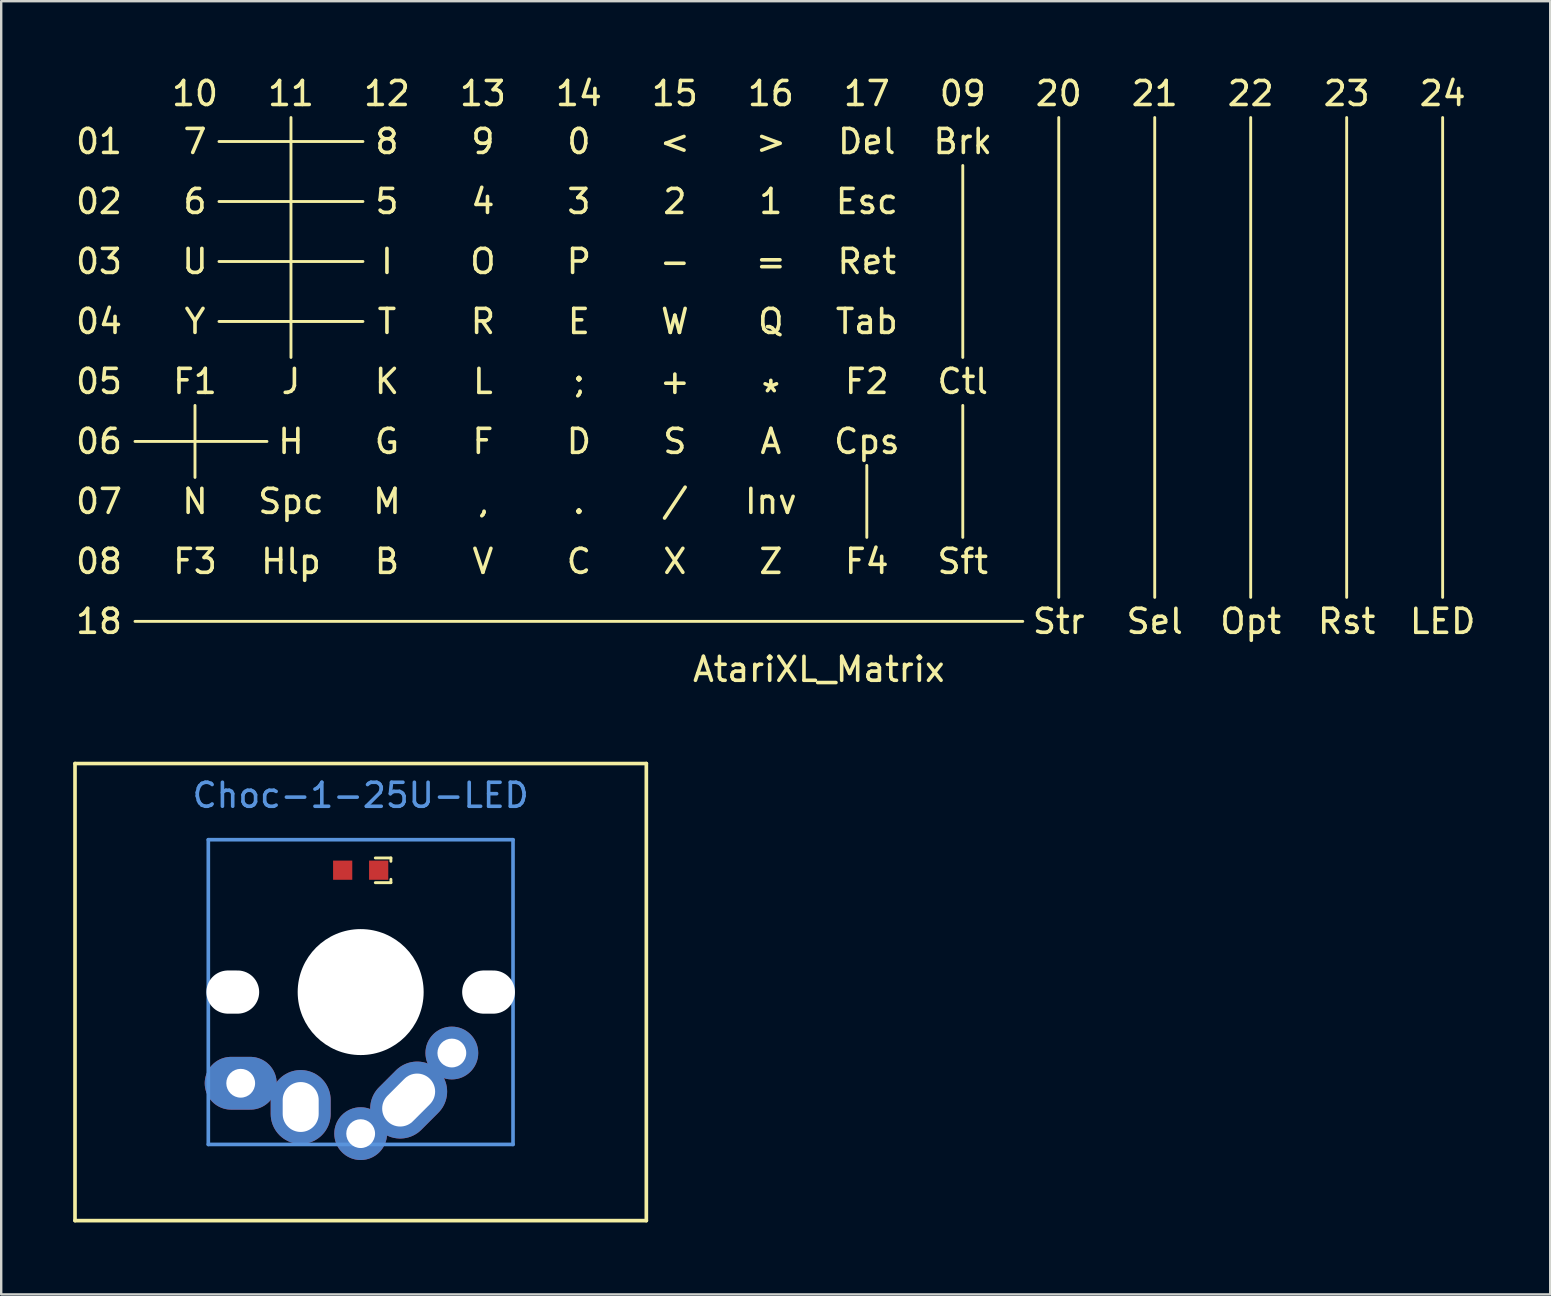
<source format=kicad_pcb>
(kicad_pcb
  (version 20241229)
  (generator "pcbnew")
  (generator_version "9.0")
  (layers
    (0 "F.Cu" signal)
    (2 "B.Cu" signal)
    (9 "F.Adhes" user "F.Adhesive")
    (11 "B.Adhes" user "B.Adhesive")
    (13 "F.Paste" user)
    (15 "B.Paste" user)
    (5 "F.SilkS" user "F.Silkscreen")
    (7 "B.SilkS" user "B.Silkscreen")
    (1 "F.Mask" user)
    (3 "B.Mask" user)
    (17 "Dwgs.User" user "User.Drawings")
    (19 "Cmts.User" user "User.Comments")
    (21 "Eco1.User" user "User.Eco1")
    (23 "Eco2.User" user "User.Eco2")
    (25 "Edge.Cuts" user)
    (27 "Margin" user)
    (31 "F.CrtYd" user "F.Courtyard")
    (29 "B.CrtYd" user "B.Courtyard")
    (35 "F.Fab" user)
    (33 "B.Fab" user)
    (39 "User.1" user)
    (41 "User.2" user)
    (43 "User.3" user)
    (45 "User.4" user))
  (footprint "AtariXL_Matrix"
    (layer "F.Cu")
    (at 31.077 11.348)
    (property "Reference" "AtariXL_Matrix" (at 0 13.5 0) (layer "F.SilkS") (effects (font (size 1 1) (thickness 0.15))))
    (attr through_hole)
    (fp_line (start -28.5 4) (end -23 4) (stroke (width 0.12) (type solid)) (layer "F.SilkS"))
    (fp_line (start -28.5 11.5) (end 8.5 11.5) (stroke (width 0.12) (type solid)) (layer "F.SilkS"))
    (fp_line (start -26 2.5) (end -26 5.5) (stroke (width 0.12) (type solid)) (layer "F.SilkS"))
    (fp_line (start -25 -8.5) (end -19 -8.5) (stroke (width 0.12) (type solid)) (layer "F.SilkS"))
    (fp_line (start -25 -6) (end -19 -6) (stroke (width 0.12) (type solid)) (layer "F.SilkS"))
    (fp_line (start -25 -3.5) (end -19 -3.5) (stroke (width 0.12) (type solid)) (layer "F.SilkS"))
    (fp_line (start -25 -1) (end -19 -1) (stroke (width 0.12) (type solid)) (layer "F.SilkS"))
    (fp_line (start -22 -9.5) (end -22 0.5) (stroke (width 0.12) (type solid)) (layer "F.SilkS"))
    (fp_line (start 2 5) (end 2 8) (stroke (width 0.12) (type solid)) (layer "F.SilkS"))
    (fp_line (start 6 -7.5) (end 6 0.5) (stroke (width 0.12) (type solid)) (layer "F.SilkS"))
    (fp_line (start 6 2.5) (end 6 8) (stroke (width 0.12) (type solid)) (layer "F.SilkS"))
    (fp_line (start 10 -9.5) (end 10 10.5) (stroke (width 0.12) (type solid)) (layer "F.SilkS"))
    (fp_line (start 14 -9.5) (end 14 10.5) (stroke (width 0.12) (type solid)) (layer "F.SilkS"))
    (fp_line (start 18 -9.5) (end 18 10.5) (stroke (width 0.12) (type solid)) (layer "F.SilkS"))
    (fp_line (start 22 -9.5) (end 22 10.5) (stroke (width 0.12) (type solid)) (layer "F.SilkS"))
    (fp_line (start 26 -9.5) (end 26 10.5) (stroke (width 0.12) (type solid)) (layer "F.SilkS"))
    (fp_text user "W" (at -6 -1 0) (layer "F.SilkS") (effects (font (size 1 1) (thickness 0.15))))
    (fp_text user "Z" (at -2 9 0) (layer "F.SilkS") (effects (font (size 1 1) (thickness 0.15))))
    (fp_text user "Ctl" (at 6 1.5 0) (layer "F.SilkS") (effects (font (size 1 1) (thickness 0.15))))
    (fp_text user "09" (at 6 -10.5 0) (layer "F.SilkS") (effects (font (size 1 1) (thickness 0.15))))
    (fp_text user "H" (at -22 4 0) (layer "F.SilkS") (effects (font (size 1 1) (thickness 0.15))))
    (fp_text user "+" (at -6 1.5 0) (layer "F.SilkS") (effects (font (size 1 1) (thickness 0.15))))
    (fp_text user "V" (at -14 9 0) (layer "F.SilkS") (effects (font (size 1 1) (thickness 0.15))))
    (fp_text user "Cps" (at 2 4 0) (layer "F.SilkS") (effects (font (size 1 1) (thickness 0.15))))
    (fp_text user ";" (at -10 1.5 0) (layer "F.SilkS") (effects (font (size 1 1) (thickness 0.15))))
    (fp_text user "X" (at -6 9 0) (layer "F.SilkS") (effects (font (size 1 1) (thickness 0.15))))
    (fp_text user "Tab" (at 2 -1 0) (layer "F.SilkS") (effects (font (size 1 1) (thickness 0.15))))
    (fp_text user "11" (at -22 -10.5 0) (layer "F.SilkS") (effects (font (size 1 1) (thickness 0.15))))
    (fp_text user "9" (at -14 -8.5 0) (layer "F.SilkS") (effects (font (size 1 1) (thickness 0.15))))
    (fp_text user "02" (at -30 -6 0) (layer "F.SilkS") (effects (font (size 1 1) (thickness 0.15))))
    (fp_text user "Opt" (at 18 11.5 0) (layer "F.SilkS") (effects (font (size 1 1) (thickness 0.15))))
    (fp_text user "M" (at -18 6.5 0) (layer "F.SilkS") (effects (font (size 1 1) (thickness 0.15))))
    (fp_text user "5" (at -18 -6 0) (layer "F.SilkS") (effects (font (size 1 1) (thickness 0.15))))
    (fp_text user "20" (at 10 -10.5 0) (layer "F.SilkS") (effects (font (size 1 1) (thickness 0.15))))
    (fp_text user "N" (at -26 6.5 0) (layer "F.SilkS") (effects (font (size 1 1) (thickness 0.15))))
    (fp_text user "16" (at -2 -10.5 0) (layer "F.SilkS") (effects (font (size 1 1) (thickness 0.15))))
    (fp_text user "23" (at 22 -10.5 0) (layer "F.SilkS") (effects (font (size 1 1) (thickness 0.15))))
    (fp_text user "21" (at 14 -10.5 0) (layer "F.SilkS") (effects (font (size 1 1) (thickness 0.15))))
    (fp_text user "K" (at -18 1.5 0) (layer "F.SilkS") (effects (font (size 1 1) (thickness 0.15))))
    (fp_text user "P" (at -10 -3.5 0) (layer "F.SilkS") (effects (font (size 1 1) (thickness 0.15))))
    (fp_text user "-" (at -6 -3.5 0) (layer "F.SilkS") (effects (font (size 1 1) (thickness 0.15))))
    (fp_text user "B" (at -18 9 0) (layer "F.SilkS") (effects (font (size 1 1) (thickness 0.15))))
    (fp_text user "24" (at 26 -10.5 0) (layer "F.SilkS") (effects (font (size 1 1) (thickness 0.15))))
    (fp_text user "Sel" (at 14 11.5 0) (layer "F.SilkS") (effects (font (size 1 1) (thickness 0.15))))
    (fp_text user "Sft" (at 6 9 0) (layer "F.SilkS") (effects (font (size 1 1) (thickness 0.15))))
    (fp_text user "Esc" (at 2 -6 0) (layer "F.SilkS") (effects (font (size 1 1) (thickness 0.15))))
    (fp_text user "2" (at -6 -6 0) (layer "F.SilkS") (effects (font (size 1 1) (thickness 0.15))))
    (fp_text user "Spc" (at -22 6.5 0) (layer "F.SilkS") (effects (font (size 1 1) (thickness 0.15))))
    (fp_text user "Inv" (at -2 6.5 0) (layer "F.SilkS") (effects (font (size 1 1) (thickness 0.15))))
    (fp_text user "13" (at -14 -10.5 0) (layer "F.SilkS") (effects (font (size 1 1) (thickness 0.15))))
    (fp_text user "F4" (at 2 9 0) (layer "F.SilkS") (effects (font (size 1 1) (thickness 0.15))))
    (fp_text user "C" (at -10 9 0) (layer "F.SilkS") (effects (font (size 1 1) (thickness 0.15))))
    (fp_text user "," (at -14 6.5 0) (layer "F.SilkS") (effects (font (size 1 1) (thickness 0.15))))
    (fp_text user "LED" (at 26 11.5 0) (layer "F.SilkS") (effects (font (size 1 1) (thickness 0.15))))
    (fp_text user "F" (at -14 4 0) (layer "F.SilkS") (effects (font (size 1 1) (thickness 0.15))))
    (fp_text user "D" (at -10 4 0) (layer "F.SilkS") (effects (font (size 1 1) (thickness 0.15))))
    (fp_text user "Brk" (at 6 -8.5 0) (layer "F.SilkS") (effects (font (size 1 1) (thickness 0.15))))
    (fp_text user "1" (at -2 -6 0) (layer "F.SilkS") (effects (font (size 1 1) (thickness 0.15))))
    (fp_text user "F2" (at 2 1.5 0) (layer "F.SilkS") (effects (font (size 1 1) (thickness 0.15))))
    (fp_text user "10" (at -26 -10.5 0) (layer "F.SilkS") (effects (font (size 1 1) (thickness 0.15))))
    (fp_text user "R" (at -14 -1 0) (layer "F.SilkS") (effects (font (size 1 1) (thickness 0.15))))
    (fp_text user "U" (at -26 -3.5 0) (layer "F.SilkS") (effects (font (size 1 1) (thickness 0.15))))
    (fp_text user "F1" (at -26 1.5 0) (layer "F.SilkS") (effects (font (size 1 1) (thickness 0.15))))
    (fp_text user "F3" (at -26 9 0) (layer "F.SilkS") (effects (font (size 1 1) (thickness 0.15))))
    (fp_text user "07" (at -30 6.5 0) (layer "F.SilkS") (effects (font (size 1 1) (thickness 0.15))))
    (fp_text user "L" (at -14 1.5 0) (layer "F.SilkS") (effects (font (size 1 1) (thickness 0.15))))
    (fp_text user "Ret" (at 2 -3.5 0) (layer "F.SilkS") (effects (font (size 1 1) (thickness 0.15))))
    (fp_text user "A" (at -2 4 0) (layer "F.SilkS") (effects (font (size 1 1) (thickness 0.15))))
    (fp_text user "<" (at -6 -8.5 0) (layer "F.SilkS") (effects (font (size 1 1) (thickness 0.15))))
    (fp_text user "01" (at -30 -8.5 0) (layer "F.SilkS") (effects (font (size 1 1) (thickness 0.15))))
    (fp_text user "E" (at -10 -1 0) (layer "F.SilkS") (effects (font (size 1 1) (thickness 0.15))))
    (fp_text user "Rst" (at 22 11.5 0) (layer "F.SilkS") (effects (font (size 1 1) (thickness 0.15))))
    (fp_text user "Y" (at -26 -1 0) (layer "F.SilkS") (effects (font (size 1 1) (thickness 0.15))))
    (fp_text user "*" (at -2 2 0) (layer "F.SilkS") (effects (font (size 1 1) (thickness 0.15))))
    (fp_text user "3" (at -10 -6 0) (layer "F.SilkS") (effects (font (size 1 1) (thickness 0.15))))
    (fp_text user "G" (at -18 4 0) (layer "F.SilkS") (effects (font (size 1 1) (thickness 0.15))))
    (fp_text user "." (at -10 6.5 0) (layer "F.SilkS") (effects (font (size 1 1) (thickness 0.15))))
    (fp_text user "04" (at -30 -1 0) (layer "F.SilkS") (effects (font (size 1 1) (thickness 0.15))))
    (fp_text user "7" (at -26 -8.5 0) (layer "F.SilkS") (effects (font (size 1 1) (thickness 0.15))))
    (fp_text user "6" (at -26 -6 0) (layer "F.SilkS") (effects (font (size 1 1) (thickness 0.15))))
    (fp_text user "08" (at -30 9 0) (layer "F.SilkS") (effects (font (size 1 1) (thickness 0.15))))
    (fp_text user "J" (at -22 1.5 0) (layer "F.SilkS") (effects (font (size 1 1) (thickness 0.15))))
    (fp_text user "06" (at -30 4 0) (layer "F.SilkS") (effects (font (size 1 1) (thickness 0.15))))
    (fp_text user "15" (at -6 -10.5 0) (layer "F.SilkS") (effects (font (size 1 1) (thickness 0.15))))
    (fp_text user "05" (at -30 1.5 0) (layer "F.SilkS") (effects (font (size 1 1) (thickness 0.15))))
    (fp_text user "22" (at 18 -10.5 0) (layer "F.SilkS") (effects (font (size 1 1) (thickness 0.15))))
    (fp_text user "/" (at -6 6.5 0) (layer "F.SilkS") (effects (font (size 1 1) (thickness 0.15))))
    (fp_text user "8" (at -18 -8.5 0) (layer "F.SilkS") (effects (font (size 1 1) (thickness 0.15))))
    (fp_text user ">" (at -2 -8.5 0) (layer "F.SilkS") (effects (font (size 1 1) (thickness 0.15))))
    (fp_text user "I" (at -18 -3.5 0) (layer "F.SilkS") (effects (font (size 1 1) (thickness 0.15))))
    (fp_text user "4" (at -14 -6 0) (layer "F.SilkS") (effects (font (size 1 1) (thickness 0.15))))
    (fp_text user "Del" (at 2 -8.5 0) (layer "F.SilkS") (effects (font (size 1 1) (thickness 0.15))))
    (fp_text user "T" (at -18 -1 0) (layer "F.SilkS") (effects (font (size 1 1) (thickness 0.15))))
    (fp_text user "03" (at -30 -3.5 0) (layer "F.SilkS") (effects (font (size 1 1) (thickness 0.15))))
    (fp_text user "14" (at -10 -10.5 0) (layer "F.SilkS") (effects (font (size 1 1) (thickness 0.15))))
    (fp_text user "O" (at -14 -3.5 0) (layer "F.SilkS") (effects (font (size 1 1) (thickness 0.15))))
    (fp_text user "17" (at 2 -10.5 0) (layer "F.SilkS") (effects (font (size 1 1) (thickness 0.15))))
    (fp_text user "S" (at -6 4 0) (layer "F.SilkS") (effects (font (size 1 1) (thickness 0.15))))
    (fp_text user "Hlp" (at -22 9 0) (layer "F.SilkS") (effects (font (size 1 1) (thickness 0.15))))
    (fp_text user "Q" (at -2 -1 0) (layer "F.SilkS") (effects (font (size 1 1) (thickness 0.15))))
    (fp_text user "=" (at -2 -3.5 0) (layer "F.SilkS") (effects (font (size 1 1) (thickness 0.15))))
    (fp_text user "12" (at -18 -10.5 0) (layer "F.SilkS") (effects (font (size 1 1) (thickness 0.15))))
    (fp_text user "Str" (at 10 11.5 0) (layer "F.SilkS") (effects (font (size 1 1) (thickness 0.15))))
    (fp_text user "18" (at -30 11.5 0) (layer "F.SilkS") (effects (font (size 1 1) (thickness 0.15))))
    (fp_text user "0" (at -10 -8.5 0) (layer "F.SilkS") (effects (font (size 1 1) (thickness 0.15)))))
  (footprint "Choc-1-25U-LED"
    (layer "F.Cu")
    (at 11.982 33.218)
    (property "Reference" "Choc-1-25U-LED" (at 0 -3.12 0) (layer "Cmts.User") (effects (font (size 1 1) (thickness 0.15))))
    (fp_line (start -11.906 -4.445) (end 11.906 -4.445) (stroke (width 0.152) (type solid)) (layer "F.SilkS"))
    (fp_line (start -11.906 14.605) (end -11.906 -4.445) (stroke (width 0.152) (type solid)) (layer "F.SilkS"))
    (fp_line (start 0.61 -0.51) (end 1.26 -0.51) (stroke (width 0.12) (type solid)) (layer "F.SilkS"))
    (fp_line (start 0.61 0.52) (end 1.26 0.52) (stroke (width 0.12) (type solid)) (layer "F.SilkS"))
    (fp_line (start 1.26 -0.51) (end 1.26 -0.37) (stroke (width 0.12) (type solid)) (layer "F.SilkS"))
    (fp_line (start 1.26 0.52) (end 1.26 0.38) (stroke (width 0.12) (type solid)) (layer "F.SilkS"))
    (fp_line (start 11.906 -4.445) (end 11.906 14.605) (stroke (width 0.152) (type solid)) (layer "F.SilkS"))
    (fp_line (start 11.906 14.605) (end -11.906 14.605) (stroke (width 0.152) (type solid)) (layer "F.SilkS"))
    (fp_line (start -6.35 -1.27) (end 6.35 -1.27) (stroke (width 0.152) (type solid)) (layer "Cmts.User"))
    (fp_line (start -6.35 11.43) (end -6.35 -1.27) (stroke (width 0.152) (type solid)) (layer "Cmts.User"))
    (fp_line (start 6.35 -1.27) (end 6.35 11.43) (stroke (width 0.152) (type solid)) (layer "Cmts.User"))
    (fp_line (start 6.35 11.43) (end -6.35 11.43) (stroke (width 0.152) (type solid)) (layer "Cmts.User"))
    (pad "" np_thru_hole oval (at -5.33 5.08 270) (size 1.8 2.2) (drill oval 1.8 2.2) (layers "*.Cu" "*.Mask"))
    (pad "" np_thru_hole circle (at 0 5.08 180) (size 5.25 5.25) (drill 5.25) (layers "*.Cu" "*.Mask"))
    (pad "" np_thru_hole oval (at 5.33 5.08 270) (size 1.8 2.2) (drill oval 1.8 2.2) (layers "*.Cu" "*.Mask"))
    (pad "1" thru_hole oval (at -5 8.88) (size 3 2.2) (drill 1.2) (layers "*.Cu" "*.Mask"))
    (pad "1" thru_hole oval (at -2.5 9.87) (size 2.5 3.08) (drill oval 1.5 2.08) (layers "*.Cu" "*.Mask"))
    (pad "2" thru_hole circle (at 0 10.98 90) (size 2.2 2.2) (drill 1.2) (layers "*.Cu" "*.Mask"))
    (pad "2" thru_hole oval (at 2 9.58 45) (size 3.5 2.5) (drill oval 2.5 1.5) (layers "*.Cu" "*.Mask"))
    (pad "2" thru_hole circle (at 3.8 7.62 225) (size 2.2 2.2) (drill 1.2) (layers "*.Cu" "*.Mask"))
    (pad "3" smd rect (at 0.75 0 90) (size 0.8 0.8) (layers "F.Cu" "F.Mask" "F.Paste"))
    (pad "4" smd rect (at -0.75 0 90) (size 0.8 0.8) (layers "F.Cu" "F.Mask" "F.Paste")))
  (gr_rect
    (start -3 -3)
    (end 61.56 50.899)
    (stroke (width 0.1) (type default))
    (fill no)
    (layer "Edge.Cuts")))
</source>
